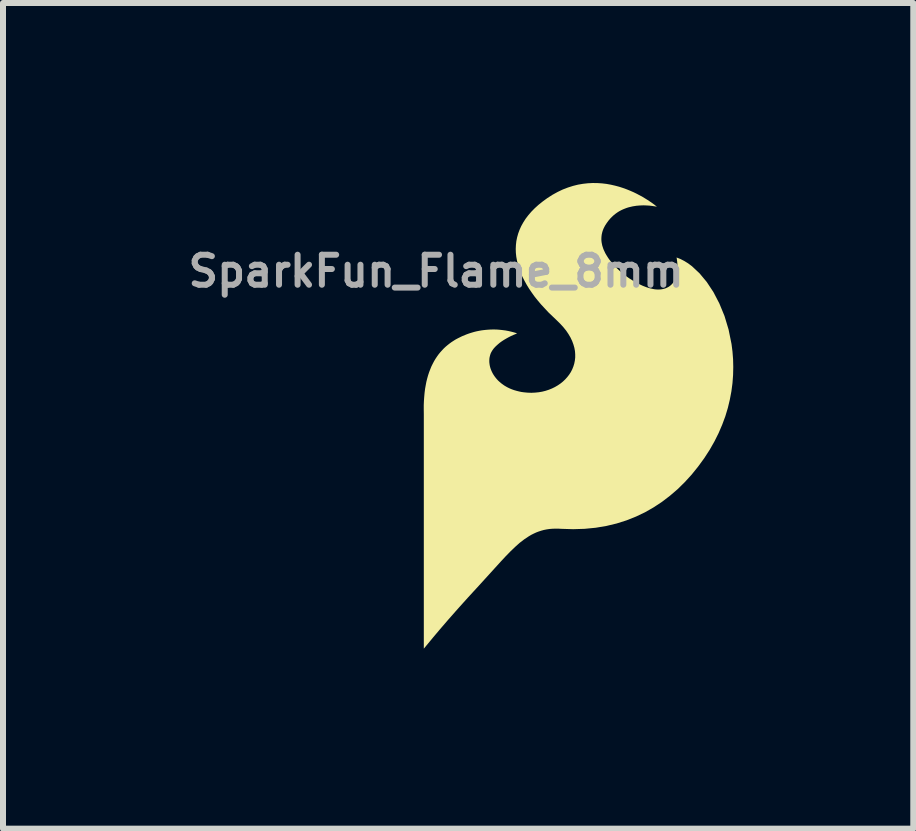
<source format=kicad_pcb>
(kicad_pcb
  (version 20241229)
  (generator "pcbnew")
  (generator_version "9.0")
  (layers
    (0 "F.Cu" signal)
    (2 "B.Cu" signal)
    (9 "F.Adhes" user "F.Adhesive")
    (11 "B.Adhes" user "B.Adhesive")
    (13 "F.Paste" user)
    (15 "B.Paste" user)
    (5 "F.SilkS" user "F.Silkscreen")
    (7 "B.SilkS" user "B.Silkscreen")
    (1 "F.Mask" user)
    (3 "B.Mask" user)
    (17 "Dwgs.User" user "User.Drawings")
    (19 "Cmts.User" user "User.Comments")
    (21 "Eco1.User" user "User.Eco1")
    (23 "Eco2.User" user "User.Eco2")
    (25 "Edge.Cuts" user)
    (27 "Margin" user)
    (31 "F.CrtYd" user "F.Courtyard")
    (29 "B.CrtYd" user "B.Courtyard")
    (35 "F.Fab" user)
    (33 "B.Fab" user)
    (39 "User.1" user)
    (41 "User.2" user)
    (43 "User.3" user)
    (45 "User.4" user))
  (footprint "SparkFun_Flame_8mm"
    (layer "F.Cu")
    (at 6.591 3.88)
    (property "Reference" "SparkFun_Flame_8mm" (at -2.372 -2.411 0) (layer "F.Fab") (effects (font (size 0.5 0.5) (thickness 0.1))))
    (attr board_only exclude_from_pos_files exclude_from_bom)
    (fp_poly (pts (xy 0.315 -3.879) (xy 0.392 -3.874) (xy 0.467 -3.865) (xy 0.539 -3.852) (xy 0.609 -3.836) (xy 0.677 -3.818) (xy 0.742 -3.797) (xy 0.805 -3.774) (xy 0.864 -3.75) (xy 0.921 -3.725) (xy 0.974 -3.699) (xy 1.071 -3.647) (xy 1.152 -3.597) (xy 1.218 -3.553) (xy 1.267 -3.517) (xy 1.307 -3.484) (xy 1.285 -3.489) (xy 1.226 -3.498) (xy 1.185 -3.503) (xy 1.137 -3.506) (xy 1.084 -3.508) (xy 1.027 -3.506) (xy 0.966 -3.501) (xy 0.903 -3.491) (xy 0.839 -3.476) (xy 0.806 -3.466) (xy 0.774 -3.454) (xy 0.742 -3.441) (xy 0.71 -3.426) (xy 0.678 -3.409) (xy 0.648 -3.39) (xy 0.617 -3.368) (xy 0.588 -3.345) (xy 0.56 -3.319) (xy 0.532 -3.291) (xy 0.498 -3.251) (xy 0.469 -3.211) (xy 0.443 -3.171) (xy 0.421 -3.129) (xy 0.412 -3.108) (xy 0.404 -3.087) (xy 0.397 -3.065) (xy 0.392 -3.044) (xy 0.387 -3.022) (xy 0.384 -2.999) (xy 0.382 -2.977) (xy 0.381 -2.954) (xy 0.381 -2.931) (xy 0.383 -2.908) (xy 0.386 -2.884) (xy 0.391 -2.861) (xy 0.396 -2.836) (xy 0.404 -2.812) (xy 0.412 -2.787) (xy 0.422 -2.762) (xy 0.434 -2.737) (xy 0.446 -2.711) (xy 0.461 -2.685) (xy 0.477 -2.659) (xy 0.494 -2.632) (xy 0.513 -2.605) (xy 0.556 -2.55) (xy 0.595 -2.505) (xy 0.639 -2.46) (xy 0.686 -2.416) (xy 0.736 -2.373) (xy 0.788 -2.332) (xy 0.843 -2.293) (xy 0.9 -2.257) (xy 0.957 -2.223) (xy 1.015 -2.193) (xy 1.073 -2.166) (xy 1.13 -2.144) (xy 1.187 -2.126) (xy 1.242 -2.114) (xy 1.268 -2.109) (xy 1.295 -2.106) (xy 1.32 -2.105) (xy 1.345 -2.105) (xy 1.369 -2.107) (xy 1.392 -2.11) (xy 1.424 -2.117) (xy 1.453 -2.126) (xy 1.479 -2.138) (xy 1.504 -2.151) (xy 1.525 -2.166) (xy 1.545 -2.183) (xy 1.562 -2.2) (xy 1.578 -2.22) (xy 1.592 -2.24) (xy 1.604 -2.261) (xy 1.614 -2.283) (xy 1.623 -2.306) (xy 1.63 -2.329) (xy 1.636 -2.352) (xy 1.641 -2.375) (xy 1.645 -2.399) (xy 1.649 -2.445) (xy 1.65 -2.489) (xy 1.648 -2.529) (xy 1.645 -2.565) (xy 1.641 -2.596) (xy 1.638 -2.619) (xy 1.634 -2.639) (xy 1.698 -2.614) (xy 1.762 -2.581) (xy 1.827 -2.541) (xy 1.891 -2.493) (xy 2.017 -2.375) (xy 2.137 -2.231) (xy 2.248 -2.063) (xy 2.347 -1.873) (xy 2.433 -1.664) (xy 2.501 -1.438) (xy 2.55 -1.197) (xy 2.566 -1.071) (xy 2.576 -0.943) (xy 2.579 -0.813) (xy 2.576 -0.68) (xy 2.566 -0.545) (xy 2.548 -0.409) (xy 2.522 -0.271) (xy 2.489 -0.133) (xy 2.447 0.007) (xy 2.395 0.147) (xy 2.335 0.287) (xy 2.265 0.427) (xy 2.186 0.566) (xy 2.096 0.705) (xy 1.994 0.845) (xy 1.886 0.979) (xy 1.772 1.104) (xy 1.652 1.222) (xy 1.525 1.331) (xy 1.393 1.432) (xy 1.254 1.524) (xy 1.109 1.607) (xy 0.958 1.679) (xy 0.8 1.742) (xy 0.636 1.794) (xy 0.465 1.835) (xy 0.287 1.865) (xy 0.102 1.883) (xy -0.089 1.889) (xy -0.287 1.883) (xy -0.34 1.88) (xy -0.39 1.88) (xy -0.439 1.882) (xy -0.487 1.886) (xy -0.533 1.893) (xy -0.578 1.902) (xy -0.621 1.914) (xy -0.664 1.928) (xy -0.706 1.944) (xy -0.747 1.963) (xy -0.787 1.983) (xy -0.826 2.006) (xy -0.904 2.058) (xy -0.981 2.117) (xy -1.057 2.185) (xy -1.134 2.259) (xy -1.213 2.34) (xy -1.294 2.427) (xy -1.663 2.833) (xy -1.844 3.03) (xy -2.014 3.219) (xy -2.17 3.396) (xy -2.306 3.554) (xy -2.419 3.688) (xy -2.504 3.791) (xy -2.578 3.88) (xy -2.578 -0.027) (xy -2.579 -0.105) (xy -2.579 -0.179) (xy -2.576 -0.251) (xy -2.571 -0.32) (xy -2.565 -0.386) (xy -2.557 -0.45) (xy -2.546 -0.511) (xy -2.535 -0.569) (xy -2.521 -0.625) (xy -2.506 -0.678) (xy -2.489 -0.729) (xy -2.47 -0.778) (xy -2.451 -0.825) (xy -2.429 -0.869) (xy -2.407 -0.911) (xy -2.383 -0.951) (xy -2.357 -0.99) (xy -2.331 -1.026) (xy -2.303 -1.06) (xy -2.274 -1.092) (xy -2.245 -1.123) (xy -2.214 -1.152) (xy -2.182 -1.179) (xy -2.149 -1.205) (xy -2.116 -1.229) (xy -2.082 -1.251) (xy -2.047 -1.273) (xy -2.011 -1.292) (xy -1.938 -1.328) (xy -1.862 -1.359) (xy -1.82 -1.374) (xy -1.778 -1.387) (xy -1.737 -1.399) (xy -1.696 -1.409) (xy -1.656 -1.417) (xy -1.617 -1.424) (xy -1.578 -1.429) (xy -1.54 -1.433) (xy -1.503 -1.436) (xy -1.467 -1.438) (xy -1.432 -1.439) (xy -1.398 -1.439) (xy -1.365 -1.438) (xy -1.333 -1.436) (xy -1.273 -1.43) (xy -1.219 -1.423) (xy -1.17 -1.414) (xy -1.127 -1.404) (xy -1.091 -1.395) (xy -1.062 -1.387) (xy -1.041 -1.38) (xy -1.024 -1.373) (xy -1.078 -1.351) (xy -1.135 -1.325) (xy -1.168 -1.308) (xy -1.204 -1.288) (xy -1.24 -1.267) (xy -1.277 -1.243) (xy -1.313 -1.217) (xy -1.347 -1.188) (xy -1.38 -1.158) (xy -1.395 -1.142) (xy -1.41 -1.126) (xy -1.423 -1.109) (xy -1.435 -1.092) (xy -1.446 -1.074) (xy -1.456 -1.056) (xy -1.466 -1.034) (xy -1.473 -1.011) (xy -1.479 -0.988) (xy -1.484 -0.964) (xy -1.486 -0.939) (xy -1.487 -0.914) (xy -1.486 -0.889) (xy -1.483 -0.863) (xy -1.479 -0.838) (xy -1.473 -0.812) (xy -1.465 -0.786) (xy -1.455 -0.76) (xy -1.444 -0.735) (xy -1.431 -0.709) (xy -1.416 -0.684) (xy -1.4 -0.66) (xy -1.382 -0.636) (xy -1.362 -0.612) (xy -1.341 -0.589) (xy -1.317 -0.567) (xy -1.293 -0.546) (xy -1.266 -0.526) (xy -1.238 -0.506) (xy -1.208 -0.488) (xy -1.177 -0.471) (xy -1.143 -0.455) (xy -1.109 -0.441) (xy -1.072 -0.428) (xy -1.034 -0.417) (xy -0.994 -0.407) (xy -0.953 -0.398) (xy -0.91 -0.392) (xy -0.847 -0.386) (xy -0.784 -0.384) (xy -0.723 -0.387) (xy -0.663 -0.393) (xy -0.605 -0.403) (xy -0.549 -0.417) (xy -0.494 -0.435) (xy -0.442 -0.456) (xy -0.393 -0.48) (xy -0.345 -0.508) (xy -0.301 -0.538) (xy -0.26 -0.571) (xy -0.222 -0.607) (xy -0.187 -0.646) (xy -0.156 -0.686) (xy -0.128 -0.729) (xy -0.105 -0.774) (xy -0.086 -0.821) (xy -0.071 -0.87) (xy -0.061 -0.92) (xy -0.055 -0.972) (xy -0.055 -1.025) (xy -0.059 -1.079) (xy -0.069 -1.134) (xy -0.085 -1.19) (xy -0.106 -1.247) (xy -0.133 -1.304) (xy -0.167 -1.362) (xy -0.206 -1.42) (xy -0.253 -1.478) (xy -0.306 -1.536) (xy -0.365 -1.594) (xy -0.5 -1.723) (xy -0.621 -1.853) (xy -0.677 -1.919) (xy -0.73 -1.985) (xy -0.778 -2.052) (xy -0.823 -2.118) (xy -0.864 -2.185) (xy -0.901 -2.252) (xy -0.935 -2.318) (xy -0.964 -2.385) (xy -0.989 -2.452) (xy -1.009 -2.518) (xy -1.025 -2.585) (xy -1.037 -2.651) (xy -1.044 -2.717) (xy -1.046 -2.782) (xy -1.043 -2.847) (xy -1.036 -2.911) (xy -1.023 -2.975) (xy -1.005 -3.039) (xy -0.982 -3.101) (xy -0.954 -3.163) (xy -0.92 -3.224) (xy -0.881 -3.285) (xy -0.836 -3.344) (xy -0.785 -3.403) (xy -0.729 -3.46) (xy -0.666 -3.517) (xy -0.597 -3.572) (xy -0.522 -3.627) (xy -0.435 -3.683) (xy -0.348 -3.731) (xy -0.262 -3.772) (xy -0.176 -3.805) (xy -0.091 -3.832) (xy -0.007 -3.853) (xy 0.076 -3.867) (xy 0.157 -3.876) (xy 0.237 -3.88)) (stroke (width -0.000001) (type solid)) (fill yes) (layer "F.SilkS")))
  (gr_rect
    (start -3 -3)
    (end 12.17 10.76)
    (stroke (width 0.1) (type default))
    (fill no)
    (layer "Edge.Cuts")))
</source>
